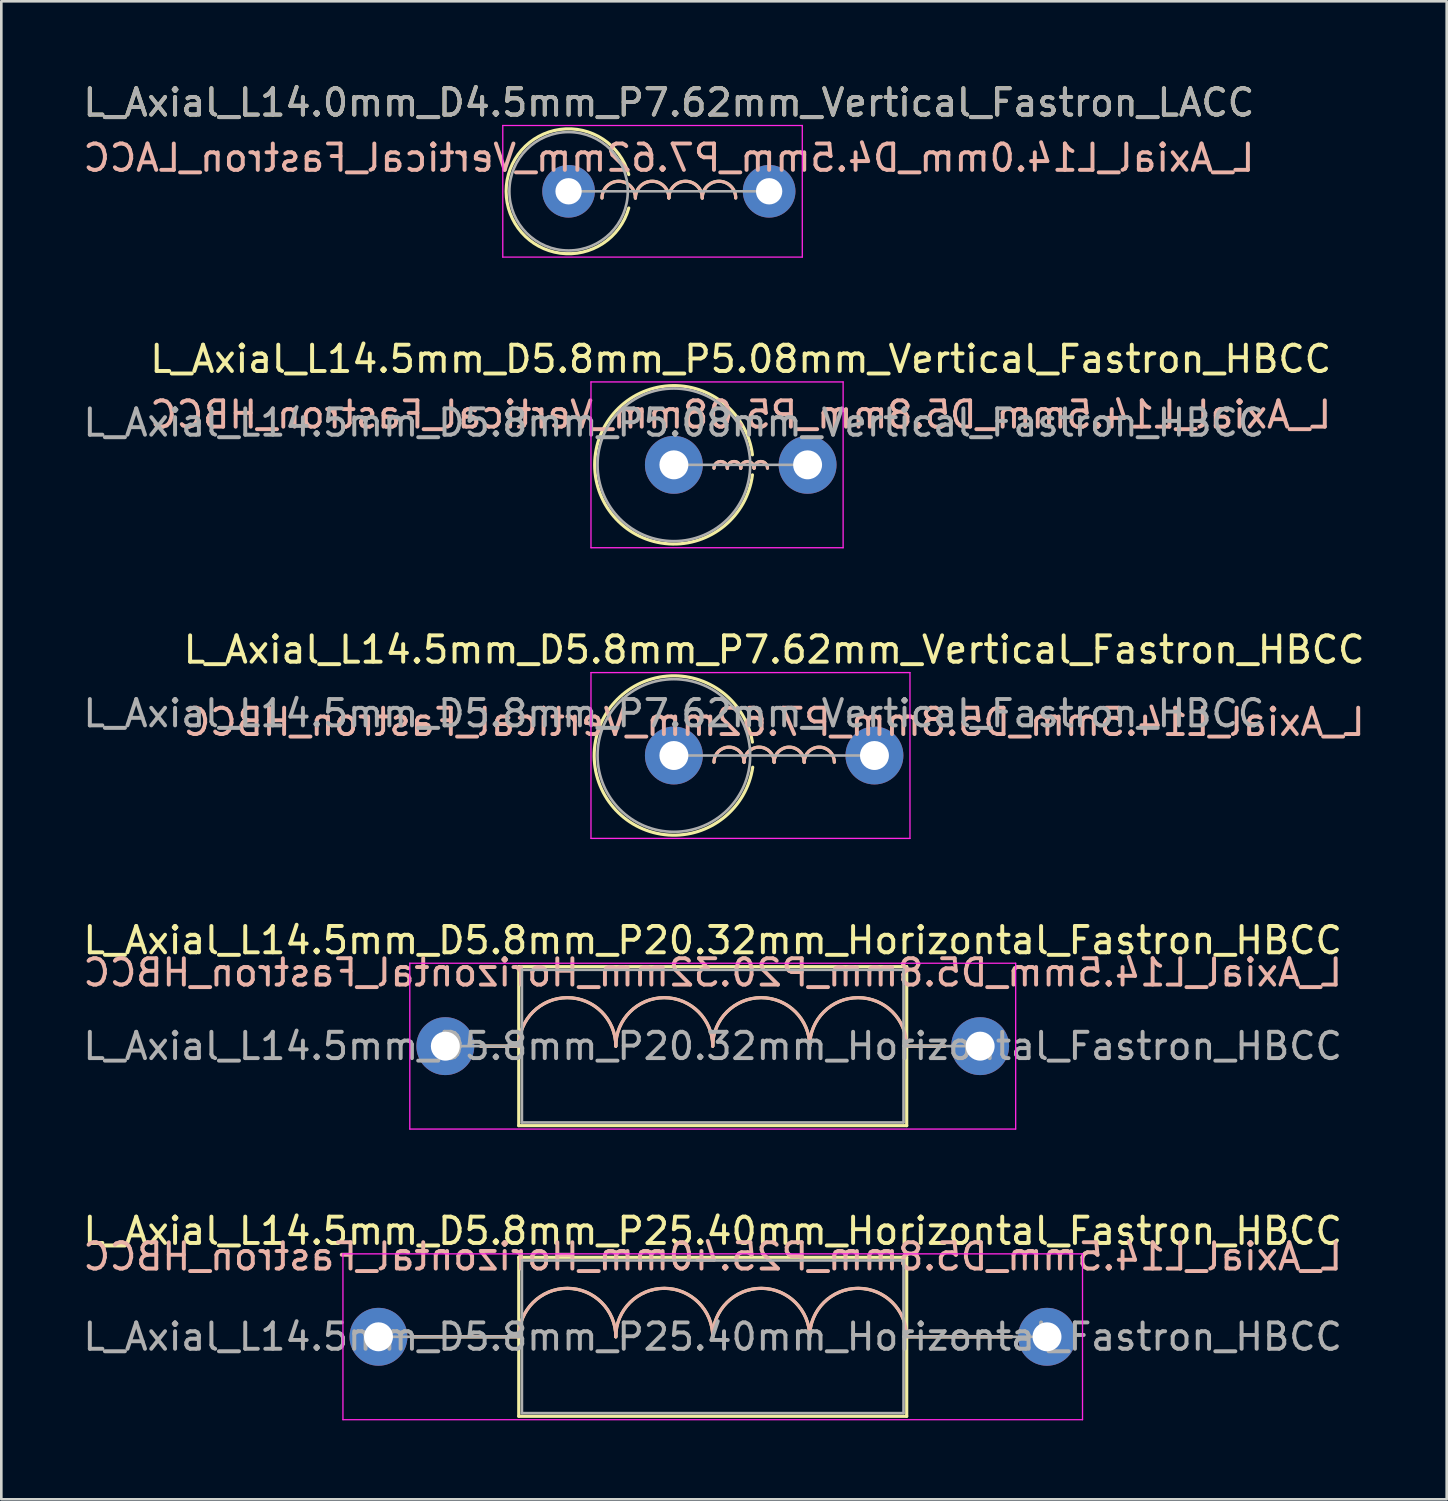
<source format=kicad_pcb>
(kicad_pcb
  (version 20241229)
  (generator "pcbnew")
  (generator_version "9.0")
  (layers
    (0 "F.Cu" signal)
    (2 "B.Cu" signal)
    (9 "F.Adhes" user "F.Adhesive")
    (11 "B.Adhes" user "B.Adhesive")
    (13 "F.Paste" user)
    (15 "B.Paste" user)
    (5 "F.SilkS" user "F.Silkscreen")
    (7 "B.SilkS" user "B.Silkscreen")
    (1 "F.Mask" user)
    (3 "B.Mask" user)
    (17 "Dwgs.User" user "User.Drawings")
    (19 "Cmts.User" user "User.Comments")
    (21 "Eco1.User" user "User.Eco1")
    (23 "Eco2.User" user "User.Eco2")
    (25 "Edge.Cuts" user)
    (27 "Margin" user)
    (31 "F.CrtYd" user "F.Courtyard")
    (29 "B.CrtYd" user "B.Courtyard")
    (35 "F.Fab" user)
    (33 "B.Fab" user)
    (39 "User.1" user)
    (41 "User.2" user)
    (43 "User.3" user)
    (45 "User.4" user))
  (footprint "L_Axial_L14.0mm_D4.5mm_P7.62mm_Vertical_Fastron_LACC"
    (layer "F.Cu")
    (at 18.553 4.218)
    (property "Reference" "L_Axial_L14.0mm_D4.5mm_P7.62mm_Vertical_Fastron_LACC" (at 3.81 -3.37 0) (layer "F.SilkS") (effects (font (size 1 1) (thickness 0.15))))
    (fp_arc (start 1.27 0.254) (mid 1.905 -0.381) (end 2.54 0.254) (stroke (width 0.12) (type solid)) (layer "F.SilkS"))
    (fp_arc (start 2.286 0.635) (mid -2.372556 0) (end 2.286 -0.635) (stroke (width 0.12) (type solid)) (layer "F.SilkS"))
    (fp_arc (start 2.54 0.254) (mid 3.175 -0.381) (end 3.81 0.254) (stroke (width 0.12) (type solid)) (layer "F.SilkS"))
    (fp_arc (start 3.81 0.254) (mid 4.445 -0.381) (end 5.08 0.254) (stroke (width 0.12) (type solid)) (layer "F.SilkS"))
    (fp_arc (start 5.08 0.254) (mid 5.715 -0.381) (end 6.35 0.254) (stroke (width 0.12) (type solid)) (layer "F.SilkS"))
    (fp_arc (start 1.27 0.254) (mid 1.905 -0.381) (end 2.54 0.254) (stroke (width 0.12) (type solid)) (layer "B.SilkS"))
    (fp_arc (start 2.54 0.254) (mid 3.175 -0.381) (end 3.81 0.254) (stroke (width 0.12) (type solid)) (layer "B.SilkS"))
    (fp_arc (start 3.81 0.254) (mid 4.445 -0.381) (end 5.08 0.254) (stroke (width 0.12) (type solid)) (layer "B.SilkS"))
    (fp_arc (start 5.08 0.254) (mid 5.715 -0.381) (end 6.35 0.254) (stroke (width 0.12) (type solid)) (layer "B.SilkS"))
    (fp_line (start -2.5 -2.5) (end -2.5 2.5) (stroke (width 0.05) (type solid)) (layer "F.CrtYd"))
    (fp_line (start -2.5 2.5) (end 8.88 2.5) (stroke (width 0.05) (type solid)) (layer "F.CrtYd"))
    (fp_line (start 8.88 -2.5) (end -2.5 -2.5) (stroke (width 0.05) (type solid)) (layer "F.CrtYd"))
    (fp_line (start 8.88 2.5) (end 8.88 -2.5) (stroke (width 0.05) (type solid)) (layer "F.CrtYd"))
    (fp_line (start 0 0) (end 7.62 0) (stroke (width 0.1) (type solid)) (layer "F.Fab"))
    (fp_circle (center 0 0) (end 2.25 0) (stroke (width 0.1) (type solid)) (fill no) (layer "F.Fab"))
    (fp_text user "${REFERENCE}" (at 3.81 -1.27 0) (layer "B.SilkS") (effects (font (size 1 1) (thickness 0.15)) (justify mirror)))
    (fp_text user "${REFERENCE}" (at 3.81 -3.37 0) (layer "F.Fab") (effects (font (size 1 1) (thickness 0.15))))
    (pad "1" thru_hole circle (at 0 0) (size 2 2) (drill 1) (layers "*.Cu" "*.Mask"))
    (pad "2" thru_hole oval (at 7.62 0) (size 2 2) (drill 1) (layers "*.Cu" "*.Mask")))
  (footprint "L_Axial_L14.5mm_D5.8mm_P5.08mm_Vertical_Fastron_HBCC"
    (layer "F.Cu")
    (at 22.554 14.611)
    (property "Reference" "L_Axial_L14.5mm_D5.8mm_P5.08mm_Vertical_Fastron_HBCC" (at 2.54 -4.02 0) (layer "F.SilkS") (effects (font (size 1 1) (thickness 0.15))))
    (fp_arc (start 1.524 0.127) (mid 1.778 -0.127) (end 2.032 0.127) (stroke (width 0.12) (type solid)) (layer "F.SilkS"))
    (fp_arc (start 2.032 0.127) (mid 2.286 -0.127) (end 2.54 0.127) (stroke (width 0.12) (type solid)) (layer "F.SilkS"))
    (fp_arc (start 2.54 0.127) (mid 2.794 -0.127) (end 3.048 0.127) (stroke (width 0.12) (type solid)) (layer "F.SilkS"))
    (fp_arc (start 2.9845 0.381) (mid -3.008721 0) (end 2.9845 -0.381) (stroke (width 0.12) (type solid)) (layer "F.SilkS"))
    (fp_arc (start 3.048 0.127) (mid 3.302 -0.127) (end 3.556 0.127) (stroke (width 0.12) (type solid)) (layer "F.SilkS"))
    (fp_arc (start 1.524 0.127) (mid 1.778 -0.127) (end 2.032 0.127) (stroke (width 0.12) (type solid)) (layer "B.SilkS"))
    (fp_arc (start 2.032 0.127) (mid 2.286 -0.127) (end 2.54 0.127) (stroke (width 0.12) (type solid)) (layer "B.SilkS"))
    (fp_arc (start 2.54 0.127) (mid 2.794 -0.127) (end 3.048 0.127) (stroke (width 0.12) (type solid)) (layer "B.SilkS"))
    (fp_arc (start 3.048 0.127) (mid 3.302 -0.127) (end 3.556 0.127) (stroke (width 0.12) (type solid)) (layer "B.SilkS"))
    (fp_line (start -3.15 -3.15) (end -3.15 3.15) (stroke (width 0.05) (type solid)) (layer "F.CrtYd"))
    (fp_line (start -3.15 3.15) (end 6.43 3.15) (stroke (width 0.05) (type solid)) (layer "F.CrtYd"))
    (fp_line (start 6.43 -3.15) (end -3.15 -3.15) (stroke (width 0.05) (type solid)) (layer "F.CrtYd"))
    (fp_line (start 6.43 3.15) (end 6.43 -3.15) (stroke (width 0.05) (type solid)) (layer "F.CrtYd"))
    (fp_line (start 0 0) (end 5.08 0) (stroke (width 0.1) (type solid)) (layer "F.Fab"))
    (fp_circle (center 0 0) (end 2.9 0) (stroke (width 0.1) (type solid)) (fill no) (layer "F.Fab"))
    (fp_text user "${REFERENCE}" (at 2.54 -1.905 0) (layer "B.SilkS") (effects (font (size 1 1) (thickness 0.15)) (justify mirror)))
    (fp_text user "${REFERENCE}" (at 0 -1.6 0) (layer "F.Fab") (effects (font (size 1 1) (thickness 0.15))))
    (pad "1" thru_hole circle (at 0 0) (size 2.2 2.2) (drill 1.1) (layers "*.Cu" "*.Mask"))
    (pad "2" thru_hole oval (at 5.08 0) (size 2.2 2.2) (drill 1.1) (layers "*.Cu" "*.Mask")))
  (footprint "L_Axial_L14.5mm_D5.8mm_P7.62mm_Vertical_Fastron_HBCC"
    (layer "F.Cu")
    (at 22.554 25.655)
    (property "Reference" "L_Axial_L14.5mm_D5.8mm_P7.62mm_Vertical_Fastron_HBCC" (at 3.81 -4.02 0) (layer "F.SilkS") (effects (font (size 1 1) (thickness 0.15))))
    (fp_arc (start 1.524 0.254) (mid 2.0955 -0.3175) (end 2.667 0.254) (stroke (width 0.12) (type solid)) (layer "F.SilkS"))
    (fp_arc (start 2.667 0.254) (mid 3.2385 -0.3175) (end 3.81 0.254) (stroke (width 0.12) (type solid)) (layer "F.SilkS"))
    (fp_arc (start 2.994397 0.445974) (mid -3.027263 0.031405) (end 2.9845 -0.508) (stroke (width 0.12) (type solid)) (layer "F.SilkS"))
    (fp_arc (start 3.81 0.254) (mid 4.3815 -0.3175) (end 4.953 0.254) (stroke (width 0.12) (type solid)) (layer "F.SilkS"))
    (fp_arc (start 4.953 0.254) (mid 5.5245 -0.3175) (end 6.096 0.254) (stroke (width 0.12) (type solid)) (layer "F.SilkS"))
    (fp_arc (start 1.524 0.254) (mid 2.0955 -0.3175) (end 2.667 0.254) (stroke (width 0.12) (type solid)) (layer "B.SilkS"))
    (fp_arc (start 2.667 0.254) (mid 3.2385 -0.3175) (end 3.81 0.254) (stroke (width 0.12) (type solid)) (layer "B.SilkS"))
    (fp_arc (start 3.81 0.254) (mid 4.3815 -0.3175) (end 4.953 0.254) (stroke (width 0.12) (type solid)) (layer "B.SilkS"))
    (fp_arc (start 4.953 0.254) (mid 5.5245 -0.3175) (end 6.096 0.254) (stroke (width 0.12) (type solid)) (layer "B.SilkS"))
    (fp_line (start -3.15 -3.15) (end -3.15 3.15) (stroke (width 0.05) (type solid)) (layer "F.CrtYd"))
    (fp_line (start -3.15 3.15) (end 8.97 3.15) (stroke (width 0.05) (type solid)) (layer "F.CrtYd"))
    (fp_line (start 8.97 -3.15) (end -3.15 -3.15) (stroke (width 0.05) (type solid)) (layer "F.CrtYd"))
    (fp_line (start 8.97 3.15) (end 8.97 -3.15) (stroke (width 0.05) (type solid)) (layer "F.CrtYd"))
    (fp_line (start 0 0) (end 7.62 0) (stroke (width 0.1) (type solid)) (layer "F.Fab"))
    (fp_circle (center 0 0) (end 2.9 0) (stroke (width 0.1) (type solid)) (fill no) (layer "F.Fab"))
    (fp_text user "${REFERENCE}" (at 3.81 -1.27 0) (layer "B.SilkS") (effects (font (size 1 1) (thickness 0.15)) (justify mirror)))
    (fp_text user "${REFERENCE}" (at 0 -1.6 0) (layer "F.Fab") (effects (font (size 1 1) (thickness 0.15))))
    (pad "1" thru_hole circle (at 0 0) (size 2.2 2.2) (drill 1.1) (layers "*.Cu" "*.Mask"))
    (pad "2" thru_hole oval (at 7.62 0) (size 2.2 2.2) (drill 1.1) (layers "*.Cu" "*.Mask")))
  (footprint "L_Axial_L14.5mm_D5.8mm_P25.40mm_Horizontal_Fastron_HBCC"
    (layer "F.Cu")
    (at 11.33 47.741)
    (property "Reference" "L_Axial_L14.5mm_D5.8mm_P25.40mm_Horizontal_Fastron_HBCC" (at 12.7 -4.02 0) (layer "F.SilkS") (effects (font (size 1 1) (thickness 0.15))))
    (fp_line (start 1.34 0) (end 5.33 0) (stroke (width 0.12) (type solid)) (layer "F.SilkS"))
    (fp_line (start 5.33 -3.02) (end 5.33 3.02) (stroke (width 0.12) (type solid)) (layer "F.SilkS"))
    (fp_line (start 5.33 3.02) (end 20.07 3.02) (stroke (width 0.12) (type solid)) (layer "F.SilkS"))
    (fp_line (start 20.07 -3.02) (end 5.33 -3.02) (stroke (width 0.12) (type solid)) (layer "F.SilkS"))
    (fp_line (start 20.07 3.02) (end 20.07 -3.02) (stroke (width 0.12) (type solid)) (layer "F.SilkS"))
    (fp_line (start 24.06 0) (end 20.07 0) (stroke (width 0.12) (type solid)) (layer "F.SilkS"))
    (fp_arc (start 5.334 0) (mid 7.1755 -1.8415) (end 9.017 0) (stroke (width 0.12) (type solid)) (layer "F.SilkS"))
    (fp_arc (start 9.017 0) (mid 10.8585 -1.8415) (end 12.7 0) (stroke (width 0.12) (type solid)) (layer "F.SilkS"))
    (fp_arc (start 12.7 0) (mid 14.5415 -1.8415) (end 16.383 0) (stroke (width 0.12) (type solid)) (layer "F.SilkS"))
    (fp_arc (start 16.383 0) (mid 18.2245 -1.8415) (end 20.066 0) (stroke (width 0.12) (type solid)) (layer "F.SilkS"))
    (fp_line (start 1.34 0) (end 5.33 0) (stroke (width 0.12) (type solid)) (layer "B.SilkS"))
    (fp_line (start 24.06 0) (end 20.07 0) (stroke (width 0.12) (type solid)) (layer "B.SilkS"))
    (fp_arc (start 5.334 0) (mid 7.1755 -1.8415) (end 9.017 0) (stroke (width 0.12) (type solid)) (layer "B.SilkS"))
    (fp_arc (start 9.017 0) (mid 10.8585 -1.8415) (end 12.7 0) (stroke (width 0.12) (type solid)) (layer "B.SilkS"))
    (fp_arc (start 12.7 0) (mid 14.5415 -1.8415) (end 16.383 0) (stroke (width 0.12) (type solid)) (layer "B.SilkS"))
    (fp_arc (start 16.383 0) (mid 18.2245 -1.8415) (end 20.066 0) (stroke (width 0.12) (type solid)) (layer "B.SilkS"))
    (fp_line (start -1.35 -3.15) (end -1.35 3.15) (stroke (width 0.05) (type solid)) (layer "F.CrtYd"))
    (fp_line (start -1.35 3.15) (end 26.75 3.15) (stroke (width 0.05) (type solid)) (layer "F.CrtYd"))
    (fp_line (start 26.75 -3.15) (end -1.35 -3.15) (stroke (width 0.05) (type solid)) (layer "F.CrtYd"))
    (fp_line (start 26.75 3.15) (end 26.75 -3.15) (stroke (width 0.05) (type solid)) (layer "F.CrtYd"))
    (fp_line (start 0 0) (end 5.45 0) (stroke (width 0.1) (type solid)) (layer "F.Fab"))
    (fp_line (start 5.45 -2.9) (end 5.45 2.9) (stroke (width 0.1) (type solid)) (layer "F.Fab"))
    (fp_line (start 5.45 2.9) (end 19.95 2.9) (stroke (width 0.1) (type solid)) (layer "F.Fab"))
    (fp_line (start 19.95 -2.9) (end 5.45 -2.9) (stroke (width 0.1) (type solid)) (layer "F.Fab"))
    (fp_line (start 19.95 2.9) (end 19.95 -2.9) (stroke (width 0.1) (type solid)) (layer "F.Fab"))
    (fp_line (start 25.4 0) (end 19.95 0) (stroke (width 0.1) (type solid)) (layer "F.Fab"))
    (fp_text user "${REFERENCE}" (at 12.7 -3.048 0) (layer "B.SilkS") (effects (font (size 1 1) (thickness 0.15)) (justify mirror)))
    (fp_text user "${REFERENCE}" (at 12.7 0 0) (layer "F.Fab") (effects (font (size 1 1) (thickness 0.15))))
    (pad "1" thru_hole circle (at 0 0) (size 2.2 2.2) (drill 1.1) (layers "*.Cu" "*.Mask"))
    (pad "2" thru_hole oval (at 25.4 0) (size 2.2 2.2) (drill 1.1) (layers "*.Cu" "*.Mask")))
  (footprint "L_Axial_L14.5mm_D5.8mm_P20.32mm_Horizontal_Fastron_HBCC"
    (layer "F.Cu")
    (at 13.87 36.698)
    (property "Reference" "L_Axial_L14.5mm_D5.8mm_P20.32mm_Horizontal_Fastron_HBCC" (at 10.16 -4.02 0) (layer "F.SilkS") (effects (font (size 1 1) (thickness 0.15))))
    (fp_line (start 1.34 0) (end 2.79 0) (stroke (width 0.12) (type solid)) (layer "F.SilkS"))
    (fp_line (start 2.79 -3.02) (end 2.79 3.02) (stroke (width 0.12) (type solid)) (layer "F.SilkS"))
    (fp_line (start 2.79 3.02) (end 17.53 3.02) (stroke (width 0.12) (type solid)) (layer "F.SilkS"))
    (fp_line (start 17.53 -3.02) (end 2.79 -3.02) (stroke (width 0.12) (type solid)) (layer "F.SilkS"))
    (fp_line (start 17.53 3.02) (end 17.53 -3.02) (stroke (width 0.12) (type solid)) (layer "F.SilkS"))
    (fp_line (start 18.98 0) (end 17.53 0) (stroke (width 0.12) (type solid)) (layer "F.SilkS"))
    (fp_arc (start 2.794 0) (mid 4.6355 -1.8415) (end 6.477 0) (stroke (width 0.12) (type solid)) (layer "F.SilkS"))
    (fp_arc (start 6.477 0) (mid 8.3185 -1.8415) (end 10.16 0) (stroke (width 0.12) (type solid)) (layer "F.SilkS"))
    (fp_arc (start 10.16 0) (mid 12.0015 -1.8415) (end 13.843 0) (stroke (width 0.12) (type solid)) (layer "F.SilkS"))
    (fp_arc (start 13.843 0) (mid 15.6845 -1.8415) (end 17.526 0) (stroke (width 0.12) (type solid)) (layer "F.SilkS"))
    (fp_line (start 1.34 0) (end 2.79 0) (stroke (width 0.12) (type solid)) (layer "B.SilkS"))
    (fp_line (start 18.98 0) (end 17.53 0) (stroke (width 0.12) (type solid)) (layer "B.SilkS"))
    (fp_arc (start 2.794 0) (mid 4.6355 -1.8415) (end 6.477 0) (stroke (width 0.12) (type solid)) (layer "B.SilkS"))
    (fp_arc (start 6.477 0) (mid 8.3185 -1.8415) (end 10.16 0) (stroke (width 0.12) (type solid)) (layer "B.SilkS"))
    (fp_arc (start 10.16 0) (mid 12.0015 -1.8415) (end 13.843 0) (stroke (width 0.12) (type solid)) (layer "B.SilkS"))
    (fp_arc (start 13.843 0) (mid 15.6845 -1.8415) (end 17.526 0) (stroke (width 0.12) (type solid)) (layer "B.SilkS"))
    (fp_line (start -1.35 -3.15) (end -1.35 3.15) (stroke (width 0.05) (type solid)) (layer "F.CrtYd"))
    (fp_line (start -1.35 3.15) (end 21.67 3.15) (stroke (width 0.05) (type solid)) (layer "F.CrtYd"))
    (fp_line (start 21.67 -3.15) (end -1.35 -3.15) (stroke (width 0.05) (type solid)) (layer "F.CrtYd"))
    (fp_line (start 21.67 3.15) (end 21.67 -3.15) (stroke (width 0.05) (type solid)) (layer "F.CrtYd"))
    (fp_line (start 0 0) (end 2.91 0) (stroke (width 0.1) (type solid)) (layer "F.Fab"))
    (fp_line (start 2.91 -2.9) (end 2.91 2.9) (stroke (width 0.1) (type solid)) (layer "F.Fab"))
    (fp_line (start 2.91 2.9) (end 17.41 2.9) (stroke (width 0.1) (type solid)) (layer "F.Fab"))
    (fp_line (start 17.41 -2.9) (end 2.91 -2.9) (stroke (width 0.1) (type solid)) (layer "F.Fab"))
    (fp_line (start 17.41 2.9) (end 17.41 -2.9) (stroke (width 0.1) (type solid)) (layer "F.Fab"))
    (fp_line (start 20.32 0) (end 17.41 0) (stroke (width 0.1) (type solid)) (layer "F.Fab"))
    (fp_text user "${REFERENCE}" (at 10.16 -2.794 0) (layer "B.SilkS") (effects (font (size 1 1) (thickness 0.15)) (justify mirror)))
    (fp_text user "${REFERENCE}" (at 10.16 0 0) (layer "F.Fab") (effects (font (size 1 1) (thickness 0.15))))
    (pad "1" thru_hole circle (at 0 0) (size 2.2 2.2) (drill 1.1) (layers "*.Cu" "*.Mask"))
    (pad "2" thru_hole oval (at 20.32 0) (size 2.2 2.2) (drill 1.1) (layers "*.Cu" "*.Mask")))
  (gr_rect
    (start -3 -3)
    (end 51.917 53.916)
    (stroke (width 0.1) (type default))
    (fill no)
    (layer "Edge.Cuts")))
</source>
